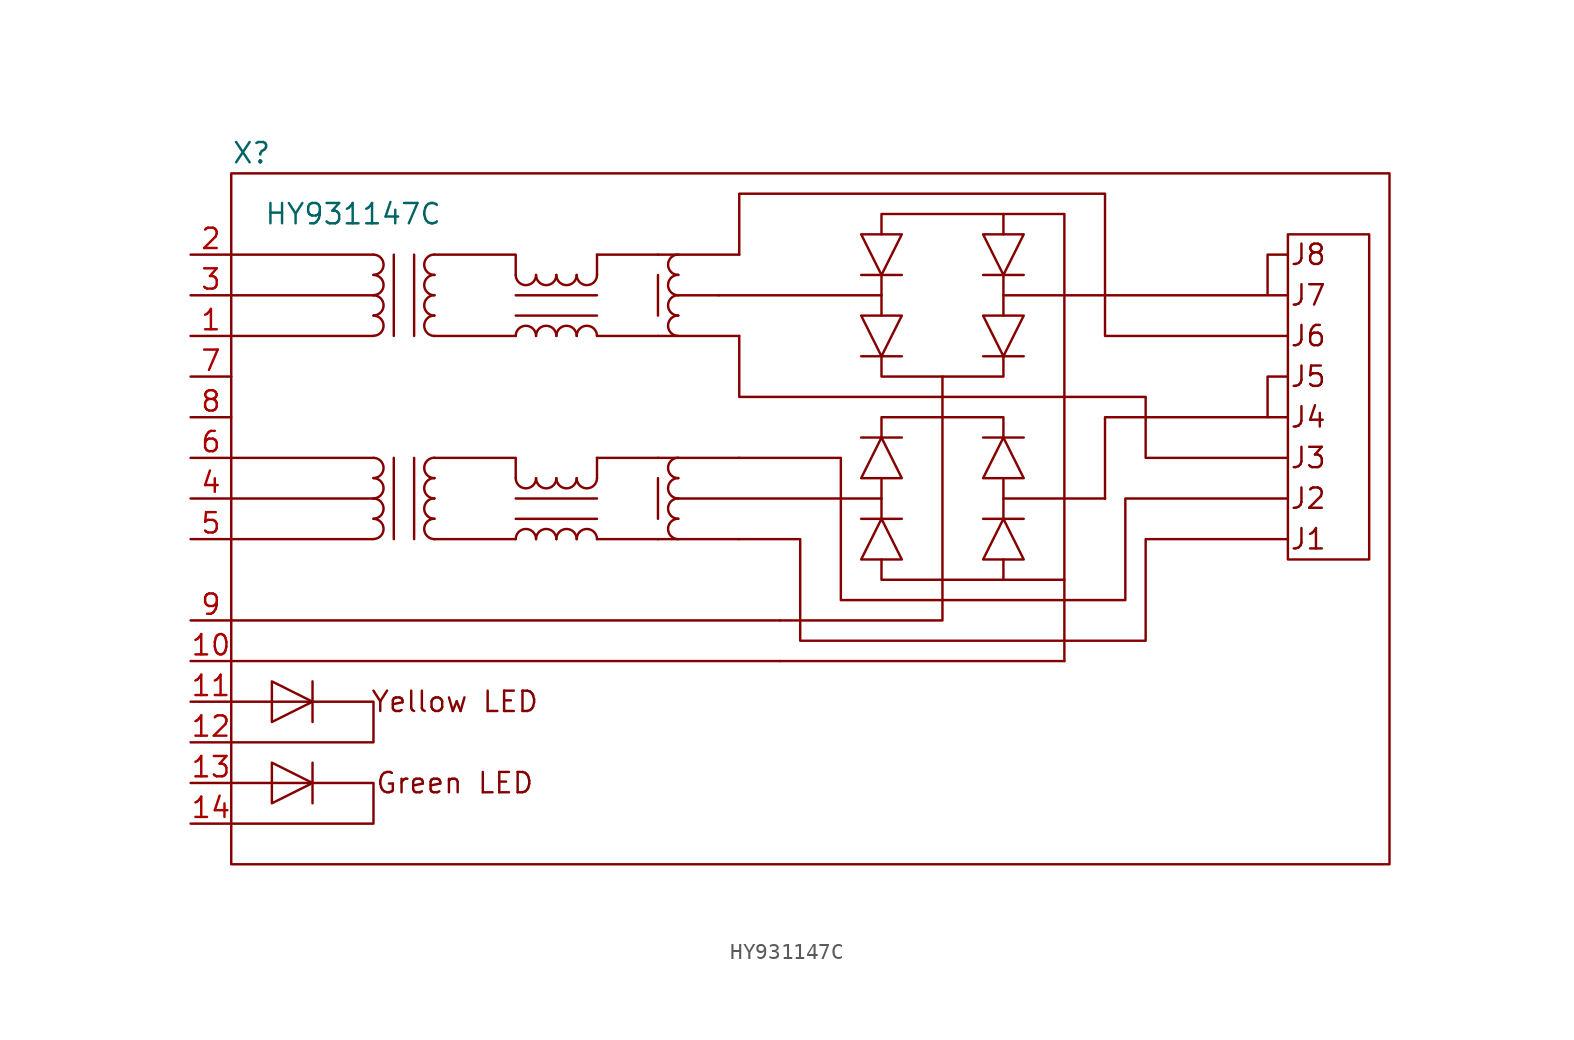
<source format=kicad_sym>
(kicad_symbol_lib
  (version 20211014)
  (generator kicad_symbol_editor)
  (symbol "HY931147C"
    (pin_names
      (offset 1.016))
    (property "Reference" "X"
      (at 1.27 44.45 0)
      (effects (font (size 1.27 1.27))))
    (property "Value" "HY931147C"
      (at 7.62 40.64 0)
      (effects (font (size 1.27 1.27))))
    (symbol "HY931147C_0_0"
      (polyline (pts (xy 0 12.7) (xy 34.29 12.7)) (stroke (width 0) (type default) (color 0 0 0 0)) (fill (type none)))
      (polyline (pts (xy 0 15.24) (xy 34.29 15.24)) (stroke (width 0) (type default) (color 0 0 0 0)) (fill (type none)))
      (polyline (pts (xy 8.89 20.32) (xy 0 20.32)) (stroke (width 0) (type default) (color 0 0 0 0)) (fill (type none)))
      (polyline (pts (xy 8.89 22.86) (xy 0 22.86)) (stroke (width 0) (type default) (color 0 0 0 0)) (fill (type none)))
      (polyline (pts (xy 8.89 25.4) (xy 0 25.4)) (stroke (width 0) (type default) (color 0 0 0 0)) (fill (type none)))
      (polyline (pts (xy 10.16 25.4) (xy 10.16 20.32)) (stroke (width 0) (type default) (color 0 0 0 0)) (fill (type none)))
      (polyline (pts (xy 17.78 20.32) (xy 12.7 20.32)) (stroke (width 0) (type default) (color 0 0 0 0)) (fill (type none)))
      (polyline (pts (xy 22.86 24.13) (xy 22.86 25.4)) (stroke (width 0) (type default) (color 0 0 0 0)) (fill (type none)))
      (polyline (pts (xy 22.86 25.4) (xy 26.67 25.4)) (stroke (width 0) (type default) (color 0 0 0 0)) (fill (type none)))
      (polyline (pts (xy 26.67 20.32) (xy 22.86 20.32)) (stroke (width 0) (type default) (color 0 0 0 0)) (fill (type none)))
      (polyline (pts (xy 26.67 20.32) (xy 31.75 20.32)) (stroke (width 0) (type default) (color 0 0 0 0)) (fill (type none)))
      (polyline (pts (xy 26.67 24.13) (xy 26.67 21.59)) (stroke (width 0) (type default) (color 0 0 0 0)) (fill (type none)))
      (polyline (pts (xy 26.67 25.4) (xy 31.75 25.4)) (stroke (width 0) (type default) (color 0 0 0 0)) (fill (type none)))
      (polyline (pts (xy 26.67 33.02) (xy 31.75 33.02)) (stroke (width 0) (type default) (color 0 0 0 0)) (fill (type none)))
      (polyline (pts (xy 26.67 36.83) (xy 26.67 34.29)) (stroke (width 0) (type default) (color 0 0 0 0)) (fill (type none)))
      (polyline (pts (xy 26.67 38.1) (xy 31.75 38.1)) (stroke (width 0) (type default) (color 0 0 0 0)) (fill (type none)))
      (polyline (pts (xy 27.94 22.86) (xy 40.64 22.86)) (stroke (width 0) (type default) (color 0 0 0 0)) (fill (type none)))
      (polyline (pts (xy 27.94 35.56) (xy 30.48 35.56)) (stroke (width 0) (type default) (color 0 0 0 0)) (fill (type none)))
      (polyline (pts (xy 30.48 35.56) (xy 40.64 35.56)) (stroke (width 0) (type default) (color 0 0 0 0)) (fill (type none)))
      (polyline (pts (xy 34.29 12.7) (xy 52.07 12.7)) (stroke (width 0) (type default) (color 0 0 0 0)) (fill (type none)))
      (polyline (pts (xy 39.37 36.83) (xy 41.91 36.83)) (stroke (width 0) (type default) (color 0 0 0 0)) (fill (type none)))
      (polyline (pts (xy 40.64 24.13) (xy 40.64 21.59)) (stroke (width 0) (type default) (color 0 0 0 0)) (fill (type none)))
      (polyline (pts (xy 40.64 36.83) (xy 40.64 34.29)) (stroke (width 0) (type default) (color 0 0 0 0)) (fill (type none)))
      (polyline (pts (xy 44.45 30.48) (xy 44.45 27.94)) (stroke (width 0) (type default) (color 0 0 0 0)) (fill (type none)))
      (polyline (pts (xy 48.26 22.86) (xy 54.61 22.86)) (stroke (width 0) (type default) (color 0 0 0 0)) (fill (type none)))
      (polyline (pts (xy 48.26 24.13) (xy 48.26 21.59)) (stroke (width 0) (type default) (color 0 0 0 0)) (fill (type none)))
      (polyline (pts (xy 48.26 31.75) (xy 48.26 31.75)) (stroke (width 0) (type default) (color 0 0 0 0)) (fill (type none)))
      (polyline (pts (xy 48.26 35.56) (xy 54.61 35.56)) (stroke (width 0) (type default) (color 0 0 0 0)) (fill (type none)))
      (polyline (pts (xy 48.26 36.83) (xy 48.26 34.29)) (stroke (width 0) (type default) (color 0 0 0 0)) (fill (type none)))
      (polyline (pts (xy 54.61 22.86) (xy 54.61 22.86)) (stroke (width 0) (type default) (color 0 0 0 0)) (fill (type none)))
      (polyline (pts (xy 12.7 25.4) (xy 17.78 25.4) (xy 17.78 24.13)) (stroke (width 0) (type default) (color 0 0 0 0)) (fill (type none)))
      (polyline (pts (xy 44.45 27.94) (xy 44.45 15.24) (xy 34.29 15.24)) (stroke (width 0) (type default) (color 0 0 0 0)) (fill (type none)))
      (polyline (pts (xy 52.07 17.78) (xy 52.07 13.97) (xy 52.07 12.7)) (stroke (width 0) (type default) (color 0 0 0 0)) (fill (type none)))
      (polyline (pts (xy 64.77 27.94) (xy 54.61 27.94) (xy 54.61 22.86)) (stroke (width 0) (type default) (color 0 0 0 0)) (fill (type none)))
      (polyline (pts (xy 40.64 19.05) (xy 40.64 17.78) (xy 48.26 17.78) (xy 48.26 19.05)) (stroke (width 0) (type default) (color 0 0 0 0)) (fill (type none)))
      (polyline (pts (xy 40.64 26.67) (xy 40.64 27.94) (xy 48.26 27.94) (xy 48.26 26.67)) (stroke (width 0) (type default) (color 0 0 0 0)) (fill (type none)))
      (polyline (pts (xy 40.64 31.75) (xy 40.64 30.48) (xy 48.26 30.48) (xy 48.26 31.75)) (stroke (width 0) (type default) (color 0 0 0 0)) (fill (type none)))
      (polyline (pts (xy 40.64 36.83) (xy 39.37 39.37) (xy 41.91 39.37) (xy 40.64 36.83)) (stroke (width 0) (type default) (color 0 0 0 0)) (fill (type none)))
      (polyline (pts (xy 40.64 39.37) (xy 40.64 40.64) (xy 48.26 40.64) (xy 48.26 39.37)) (stroke (width 0) (type default) (color 0 0 0 0)) (fill (type none)))
      (polyline (pts (xy 48.26 40.64) (xy 52.07 40.64) (xy 52.07 17.78) (xy 48.26 17.78)) (stroke (width 0) (type default) (color 0 0 0 0)) (fill (type none)))
      (polyline (pts (xy 66.04 30.48) (xy 64.77 30.48) (xy 64.77 27.94) (xy 66.04 27.94)) (stroke (width 0) (type default) (color 0 0 0 0)) (fill (type none)))
      (polyline (pts (xy 66.04 38.1) (xy 64.77 38.1) (xy 64.77 35.56) (xy 66.04 35.56) (xy 54.61 35.56)) (stroke (width 0) (type default) (color 0 0 0 0)) (fill (type none)))
      (polyline (pts (xy 31.75 20.32) (xy 35.56 20.32) (xy 35.56 13.97) (xy 57.15 13.97) (xy 57.15 20.32) (xy 66.04 20.32)) (stroke (width 0) (type default) (color 0 0 0 0)) (fill (type none)))
      (polyline (pts (xy 66.04 22.86) (xy 55.88 22.86) (xy 55.88 16.51) (xy 38.1 16.51) (xy 38.1 25.4) (xy 31.75 25.4)) (stroke (width 0) (type default) (color 0 0 0 0)) (fill (type none)))
      (polyline (pts (xy 66.04 25.4) (xy 57.15 25.4) (xy 57.15 29.21) (xy 34.29 29.21) (xy 31.75 29.21) (xy 31.75 33.02)) (stroke (width 0) (type default) (color 0 0 0 0)) (fill (type none)))
      (polyline (pts (xy 66.04 33.02) (xy 54.61 33.02) (xy 54.61 41.91) (xy 33.02 41.91) (xy 31.75 41.91) (xy 31.75 38.1)) (stroke (width 0) (type default) (color 0 0 0 0)) (fill (type none)))
      (rectangle (start 0 0) (end 72.39 43.18) (stroke (width 0) (type default) (color 0 0 0 0)) (fill (type none)))
      (arc (start 8.89 20.32) (mid 9.525 20.955) (end 8.89 21.59) (stroke (width 0) (type default) (color 0 0 0 0)) (fill (type none)))
      (rectangle (start 66.04 19.05) (end 71.12 39.37) (stroke (width 0) (type default) (color 0 0 0 0)) (fill (type none)))
      (text "Green LED" (at 13.97 5.08 0) (effects (font (size 1.27 1.27))))
      (text "J1" (at 67.31 20.32 0) (effects (font (size 1.27 1.27))))
      (text "J2" (at 67.31 22.86 0) (effects (font (size 1.27 1.27))))
      (text "J3" (at 67.31 25.4 0) (effects (font (size 1.27 1.27))))
      (text "J4" (at 67.31 27.94 0) (effects (font (size 1.27 1.27))))
      (text "J5" (at 67.31 30.48 0) (effects (font (size 1.27 1.27))))
      (text "J6" (at 67.31 33.02 0) (effects (font (size 1.27 1.27))))
      (text "J7" (at 67.31 35.56 0) (effects (font (size 1.27 1.27))))
      (text "J8" (at 67.31 38.1 0) (effects (font (size 1.27 1.27))))
      (text "Yellow LED" (at 13.97 10.16 0) (effects (font (size 1.27 1.27)))))
    (symbol "HY931147C_0_1"
      (polyline (pts (xy 5.08 6.35) (xy 5.08 3.81)) (stroke (width 0) (type default) (color 0 0 0 0)) (fill (type none)))
      (polyline (pts (xy 5.08 11.43) (xy 5.08 8.89)) (stroke (width 0) (type default) (color 0 0 0 0)) (fill (type none)))
      (polyline (pts (xy 0 2.54) (xy 8.89 2.54) (xy 8.89 5.08) (xy 0 5.08)) (stroke (width 0) (type default) (color 0 0 0 0)) (fill (type none)))
      (polyline (pts (xy 0 7.62) (xy 8.89 7.62) (xy 8.89 10.16) (xy 0 10.16)) (stroke (width 0) (type default) (color 0 0 0 0)) (fill (type none)))
      (polyline (pts (xy 2.54 6.35) (xy 2.54 3.81) (xy 5.08 5.08) (xy 2.54 6.35)) (stroke (width 0) (type default) (color 0 0 0 0)) (fill (type none)))
      (polyline (pts (xy 2.54 11.43) (xy 2.54 8.89) (xy 5.08 10.16) (xy 2.54 11.43)) (stroke (width 0) (type default) (color 0 0 0 0)) (fill (type none))))
    (symbol "HY931147C_1_1"
      (polyline (pts (xy 8.89 33.02) (xy 0 33.02)) (stroke (width 0) (type default) (color 0 0 0 0)) (fill (type none)))
      (polyline (pts (xy 8.89 35.56) (xy 0 35.56)) (stroke (width 0) (type default) (color 0 0 0 0)) (fill (type none)))
      (polyline (pts (xy 8.89 38.1) (xy 0 38.1)) (stroke (width 0) (type default) (color 0 0 0 0)) (fill (type none)))
      (polyline (pts (xy 10.16 38.1) (xy 10.16 33.02)) (stroke (width 0) (type default) (color 0 0 0 0)) (fill (type none)))
      (polyline (pts (xy 11.43 20.32) (xy 11.43 25.4)) (stroke (width 0) (type default) (color 0 0 0 0)) (fill (type none)))
      (polyline (pts (xy 11.43 33.02) (xy 11.43 38.1)) (stroke (width 0) (type default) (color 0 0 0 0)) (fill (type none)))
      (polyline (pts (xy 17.78 21.59) (xy 22.86 21.59)) (stroke (width 0) (type default) (color 0 0 0 0)) (fill (type none)))
      (polyline (pts (xy 17.78 33.02) (xy 12.7 33.02)) (stroke (width 0) (type default) (color 0 0 0 0)) (fill (type none)))
      (polyline (pts (xy 17.78 34.29) (xy 22.86 34.29)) (stroke (width 0) (type default) (color 0 0 0 0)) (fill (type none)))
      (polyline (pts (xy 22.86 22.86) (xy 17.78 22.86)) (stroke (width 0) (type default) (color 0 0 0 0)) (fill (type none)))
      (polyline (pts (xy 22.86 35.56) (xy 17.78 35.56)) (stroke (width 0) (type default) (color 0 0 0 0)) (fill (type none)))
      (polyline (pts (xy 22.86 36.83) (xy 22.86 38.1)) (stroke (width 0) (type default) (color 0 0 0 0)) (fill (type none)))
      (polyline (pts (xy 22.86 38.1) (xy 26.67 38.1)) (stroke (width 0) (type default) (color 0 0 0 0)) (fill (type none)))
      (polyline (pts (xy 26.67 33.02) (xy 22.86 33.02)) (stroke (width 0) (type default) (color 0 0 0 0)) (fill (type none)))
      (polyline (pts (xy 39.37 31.75) (xy 41.91 31.75)) (stroke (width 0) (type default) (color 0 0 0 0)) (fill (type none)))
      (polyline (pts (xy 41.91 21.59) (xy 39.37 21.59)) (stroke (width 0) (type default) (color 0 0 0 0)) (fill (type none)))
      (polyline (pts (xy 41.91 26.67) (xy 39.37 26.67)) (stroke (width 0) (type default) (color 0 0 0 0)) (fill (type none)))
      (polyline (pts (xy 46.99 31.75) (xy 49.53 31.75)) (stroke (width 0) (type default) (color 0 0 0 0)) (fill (type none)))
      (polyline (pts (xy 46.99 36.83) (xy 49.53 36.83)) (stroke (width 0) (type default) (color 0 0 0 0)) (fill (type none)))
      (polyline (pts (xy 49.53 21.59) (xy 46.99 21.59)) (stroke (width 0) (type default) (color 0 0 0 0)) (fill (type none)))
      (polyline (pts (xy 49.53 26.67) (xy 46.99 26.67)) (stroke (width 0) (type default) (color 0 0 0 0)) (fill (type none)))
      (polyline (pts (xy 12.7 38.1) (xy 17.78 38.1) (xy 17.78 36.83)) (stroke (width 0) (type default) (color 0 0 0 0)) (fill (type none)))
      (polyline (pts (xy 40.64 21.59) (xy 41.91 19.05) (xy 39.37 19.05) (xy 40.64 21.59)) (stroke (width 0) (type default) (color 0 0 0 0)) (fill (type none)))
      (polyline (pts (xy 40.64 26.67) (xy 41.91 24.13) (xy 39.37 24.13) (xy 40.64 26.67)) (stroke (width 0) (type default) (color 0 0 0 0)) (fill (type none)))
      (polyline (pts (xy 40.64 31.75) (xy 39.37 34.29) (xy 41.91 34.29) (xy 40.64 31.75)) (stroke (width 0) (type default) (color 0 0 0 0)) (fill (type none)))
      (polyline (pts (xy 48.26 21.59) (xy 49.53 19.05) (xy 46.99 19.05) (xy 48.26 21.59)) (stroke (width 0) (type default) (color 0 0 0 0)) (fill (type none)))
      (polyline (pts (xy 48.26 26.67) (xy 49.53 24.13) (xy 46.99 24.13) (xy 48.26 26.67)) (stroke (width 0) (type default) (color 0 0 0 0)) (fill (type none)))
      (polyline (pts (xy 48.26 31.75) (xy 46.99 34.29) (xy 49.53 34.29) (xy 48.26 31.75)) (stroke (width 0) (type default) (color 0 0 0 0)) (fill (type none)))
      (polyline (pts (xy 48.26 36.83) (xy 46.99 39.37) (xy 49.53 39.37) (xy 48.26 36.83)) (stroke (width 0) (type default) (color 0 0 0 0)) (fill (type none)))
      (arc (start 8.89 21.59) (mid 9.525 22.225) (end 8.89 22.86) (stroke (width 0) (type default) (color 0 0 0 0)) (fill (type none)))
      (arc (start 8.89 22.86) (mid 9.525 23.495) (end 8.89 24.13) (stroke (width 0) (type default) (color 0 0 0 0)) (fill (type none)))
      (arc (start 8.89 24.13) (mid 9.525 24.765) (end 8.89 25.4) (stroke (width 0) (type default) (color 0 0 0 0)) (fill (type none)))
      (arc (start 8.89 33.02) (mid 9.525 33.655) (end 8.89 34.29) (stroke (width 0) (type default) (color 0 0 0 0)) (fill (type none)))
      (arc (start 8.89 34.29) (mid 9.525 34.925) (end 8.89 35.56) (stroke (width 0) (type default) (color 0 0 0 0)) (fill (type none)))
      (arc (start 8.89 35.56) (mid 9.525 36.195) (end 8.89 36.83) (stroke (width 0) (type default) (color 0 0 0 0)) (fill (type none)))
      (arc (start 8.89 36.83) (mid 9.525 37.465) (end 8.89 38.1) (stroke (width 0) (type default) (color 0 0 0 0)) (fill (type none)))
      (arc (start 12.7 21.59) (mid 12.065 20.955) (end 12.7 20.32) (stroke (width 0) (type default) (color 0 0 0 0)) (fill (type none)))
      (arc (start 12.7 22.86) (mid 12.065 22.225) (end 12.7 21.59) (stroke (width 0) (type default) (color 0 0 0 0)) (fill (type none)))
      (arc (start 12.7 24.13) (mid 12.065 23.495) (end 12.7 22.86) (stroke (width 0) (type default) (color 0 0 0 0)) (fill (type none)))
      (arc (start 12.7 25.4) (mid 12.065 24.765) (end 12.7 24.13) (stroke (width 0) (type default) (color 0 0 0 0)) (fill (type none)))
      (arc (start 12.7 34.29) (mid 12.065 33.655) (end 12.7 33.02) (stroke (width 0) (type default) (color 0 0 0 0)) (fill (type none)))
      (arc (start 12.7 35.56) (mid 12.065 34.925) (end 12.7 34.29) (stroke (width 0) (type default) (color 0 0 0 0)) (fill (type none)))
      (arc (start 12.7 36.83) (mid 12.065 36.195) (end 12.7 35.56) (stroke (width 0) (type default) (color 0 0 0 0)) (fill (type none)))
      (arc (start 12.7 38.1) (mid 12.065 37.465) (end 12.7 36.83) (stroke (width 0) (type default) (color 0 0 0 0)) (fill (type none)))
      (arc (start 17.78 24.13) (mid 18.415 23.495) (end 19.05 24.13) (stroke (width 0) (type default) (color 0 0 0 0)) (fill (type none)))
      (arc (start 17.78 36.83) (mid 18.415 36.195) (end 19.05 36.83) (stroke (width 0) (type default) (color 0 0 0 0)) (fill (type none)))
      (arc (start 19.05 20.32) (mid 18.415 20.955) (end 17.78 20.32) (stroke (width 0) (type default) (color 0 0 0 0)) (fill (type none)))
      (arc (start 19.05 24.13) (mid 19.685 23.495) (end 20.32 24.13) (stroke (width 0) (type default) (color 0 0 0 0)) (fill (type none)))
      (arc (start 19.05 33.02) (mid 18.415 33.655) (end 17.78 33.02) (stroke (width 0) (type default) (color 0 0 0 0)) (fill (type none)))
      (arc (start 19.05 36.83) (mid 19.685 36.195) (end 20.32 36.83) (stroke (width 0) (type default) (color 0 0 0 0)) (fill (type none)))
      (arc (start 20.32 20.32) (mid 19.685 20.955) (end 19.05 20.32) (stroke (width 0) (type default) (color 0 0 0 0)) (fill (type none)))
      (arc (start 20.32 24.13) (mid 20.955 23.495) (end 21.59 24.13) (stroke (width 0) (type default) (color 0 0 0 0)) (fill (type none)))
      (arc (start 20.32 33.02) (mid 19.685 33.655) (end 19.05 33.02) (stroke (width 0) (type default) (color 0 0 0 0)) (fill (type none)))
      (arc (start 20.32 36.83) (mid 20.955 36.195) (end 21.59 36.83) (stroke (width 0) (type default) (color 0 0 0 0)) (fill (type none)))
      (arc (start 21.59 20.32) (mid 20.955 20.955) (end 20.32 20.32) (stroke (width 0) (type default) (color 0 0 0 0)) (fill (type none)))
      (arc (start 21.59 24.13) (mid 22.225 23.495) (end 22.86 24.13) (stroke (width 0) (type default) (color 0 0 0 0)) (fill (type none)))
      (arc (start 21.59 33.02) (mid 20.955 33.655) (end 20.32 33.02) (stroke (width 0) (type default) (color 0 0 0 0)) (fill (type none)))
      (arc (start 21.59 36.83) (mid 22.225 36.195) (end 22.86 36.83) (stroke (width 0) (type default) (color 0 0 0 0)) (fill (type none)))
      (arc (start 22.86 20.32) (mid 22.225 20.955) (end 21.59 20.32) (stroke (width 0) (type default) (color 0 0 0 0)) (fill (type none)))
      (arc (start 22.86 33.02) (mid 22.225 33.655) (end 21.59 33.02) (stroke (width 0) (type default) (color 0 0 0 0)) (fill (type none)))
      (arc (start 27.94 21.59) (mid 27.305 20.955) (end 27.94 20.32) (stroke (width 0) (type default) (color 0 0 0 0)) (fill (type none)))
      (arc (start 27.94 22.86) (mid 27.305 22.225) (end 27.94 21.59) (stroke (width 0) (type default) (color 0 0 0 0)) (fill (type none)))
      (arc (start 27.94 24.13) (mid 27.305 23.495) (end 27.94 22.86) (stroke (width 0) (type default) (color 0 0 0 0)) (fill (type none)))
      (arc (start 27.94 25.4) (mid 27.305 24.765) (end 27.94 24.13) (stroke (width 0) (type default) (color 0 0 0 0)) (fill (type none)))
      (arc (start 27.94 34.29) (mid 27.305 33.655) (end 27.94 33.02) (stroke (width 0) (type default) (color 0 0 0 0)) (fill (type none)))
      (arc (start 27.94 35.56) (mid 27.305 34.925) (end 27.94 34.29) (stroke (width 0) (type default) (color 0 0 0 0)) (fill (type none)))
      (arc (start 27.94 36.83) (mid 27.305 36.195) (end 27.94 35.56) (stroke (width 0) (type default) (color 0 0 0 0)) (fill (type none)))
      (arc (start 27.94 38.1) (mid 27.305 37.465) (end 27.94 36.83) (stroke (width 0) (type default) (color 0 0 0 0)) (fill (type none)))
      (pin input line (at -2.54 33.02 0) (length 2.54) (name "~" (effects (font (size 1.27 1.27)))) (number "1" (effects (font (size 1.27 1.27)))))
      (pin input line (at -2.54 12.7 0) (length 2.54) (name "~" (effects (font (size 1.27 1.27)))) (number "10" (effects (font (size 1.27 1.27)))))
      (pin input line (at -2.54 10.16 0) (length 2.54) (name "~" (effects (font (size 1.27 1.27)))) (number "11" (effects (font (size 1.27 1.27)))))
      (pin input line (at -2.54 7.62 0) (length 2.54) (name "~" (effects (font (size 1.27 1.27)))) (number "12" (effects (font (size 1.27 1.27)))))
      (pin input line (at -2.54 5.08 0) (length 2.54) (name "~" (effects (font (size 1.27 1.27)))) (number "13" (effects (font (size 1.27 1.27)))))
      (pin input line (at -2.54 2.54 0) (length 2.54) (name "~" (effects (font (size 1.27 1.27)))) (number "14" (effects (font (size 1.27 1.27)))))
      (pin input line (at -2.54 38.1 0) (length 2.54) (name "~" (effects (font (size 1.27 1.27)))) (number "2" (effects (font (size 1.27 1.27)))))
      (pin input line (at -2.54 35.56 0) (length 2.54) (name "~" (effects (font (size 1.27 1.27)))) (number "3" (effects (font (size 1.27 1.27)))))
      (pin input line (at -2.54 22.86 0) (length 2.54) (name "~" (effects (font (size 1.27 1.27)))) (number "4" (effects (font (size 1.27 1.27)))))
      (pin input line (at -2.54 20.32 0) (length 2.54) (name "~" (effects (font (size 1.27 1.27)))) (number "5" (effects (font (size 1.27 1.27)))))
      (pin input line (at -2.54 25.4 0) (length 2.54) (name "~" (effects (font (size 1.27 1.27)))) (number "6" (effects (font (size 1.27 1.27)))))
      (pin input line (at -2.54 30.48 0) (length 2.54) (name "~" (effects (font (size 1.27 1.27)))) (number "7" (effects (font (size 1.27 1.27)))))
      (pin input line (at -2.54 27.94 0) (length 2.54) (name "~" (effects (font (size 1.27 1.27)))) (number "8" (effects (font (size 1.27 1.27)))))
      (pin input line (at -2.54 15.24 0) (length 2.54) (name "~" (effects (font (size 1.27 1.27)))) (number "9" (effects (font (size 1.27 1.27))))))))
</source>
